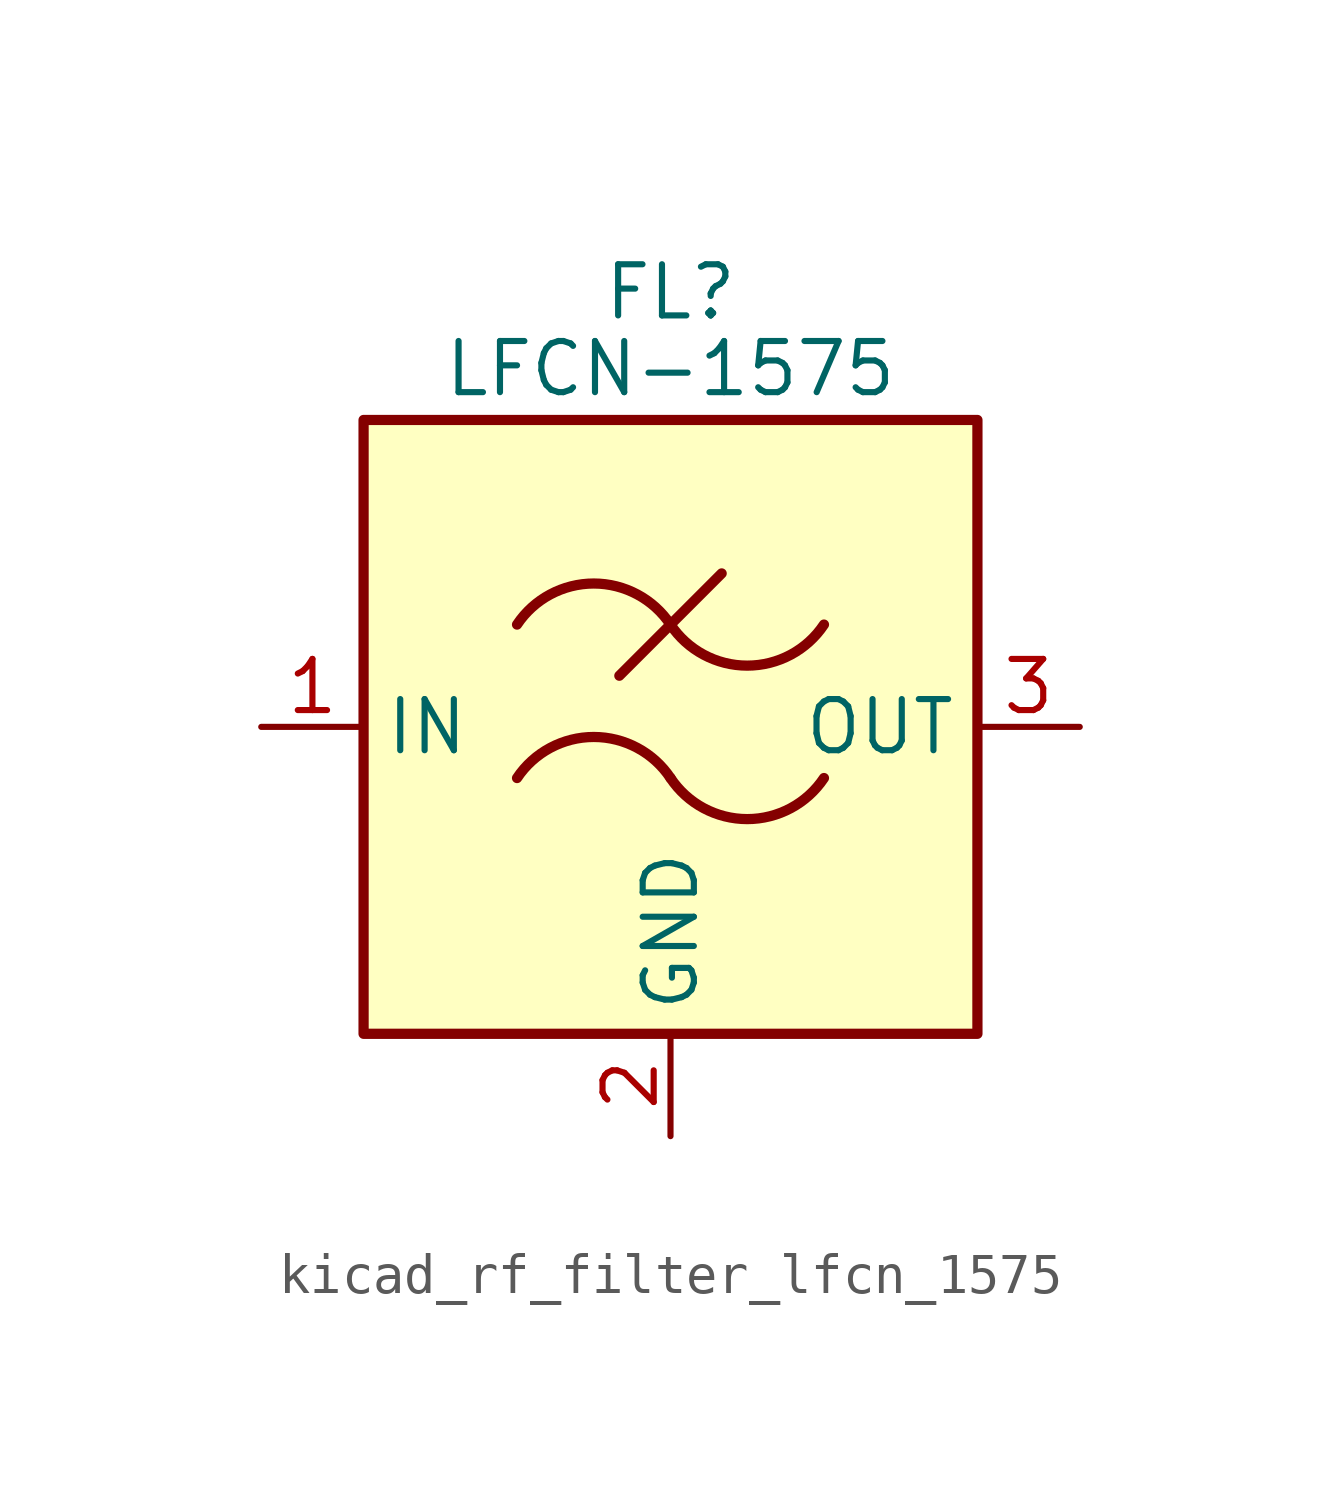
<source format=kicad_sym>
(kicad_symbol_lib
  (version 20220914)
  (generator kicad_symbol_editor)
  (symbol "kicad_rf_filter_lfcn_1575"
    (property "Reference" "FL"
      (at 0 10.795 0)
      (effects (font (size 1.27 1.27))))
    (property "Value" "LFCN-1575"
      (at 0 8.89 0)
      (effects (font (size 1.27 1.27))))
    (symbol "kicad_rf_filter_lfcn_1575_0_1"
      (rectangle (start -7.62 7.62) (end 7.62 -7.62) (stroke (width 0.254) (type default)) (fill (type background)))
      (arc (start 0 -1.27) (mid -1.905 -0.2505) (end -3.81 -1.27) (stroke (width 0.254) (type default)) (fill (type none)))
      (arc (start 0 -1.27) (mid 1.905 -2.2895) (end 3.81 -1.27) (stroke (width 0.254) (type default)) (fill (type none)))
      (polyline (pts (xy -1.27 1.27) (xy 1.27 3.81)) (stroke (width 0.254) (type default)) (fill (type none)))
      (arc (start 0 2.54) (mid -1.905 3.5595) (end -3.81 2.54) (stroke (width 0.254) (type default)) (fill (type none)))
      (arc (start 0 2.54) (mid 1.905 1.5205) (end 3.81 2.54) (stroke (width 0.254) (type default)) (fill (type none))))
    (symbol "kicad_rf_filter_lfcn_1575_1_1"
      (pin passive line (at -10.16 0 0) (length 2.54) (name "IN" (effects (font (size 1.27 1.27)))) (number "1" (effects (font (size 1.27 1.27)))))
      (pin passive line (at 0 -10.16 90) (length 2.54) (name "GND" (effects (font (size 1.27 1.27)))) (number "2" (effects (font (size 1.27 1.27)))))
      (pin passive line (at 10.16 0 180) (length 2.54) (name "OUT" (effects (font (size 1.27 1.27)))) (number "3" (effects (font (size 1.27 1.27)))))
      (pin passive line (at 0 -10.16 90) (length 2.54) hide (name "GND" (effects (font (size 1.27 1.27)))) (number "4" (effects (font (size 1.27 1.27))))))))
</source>
